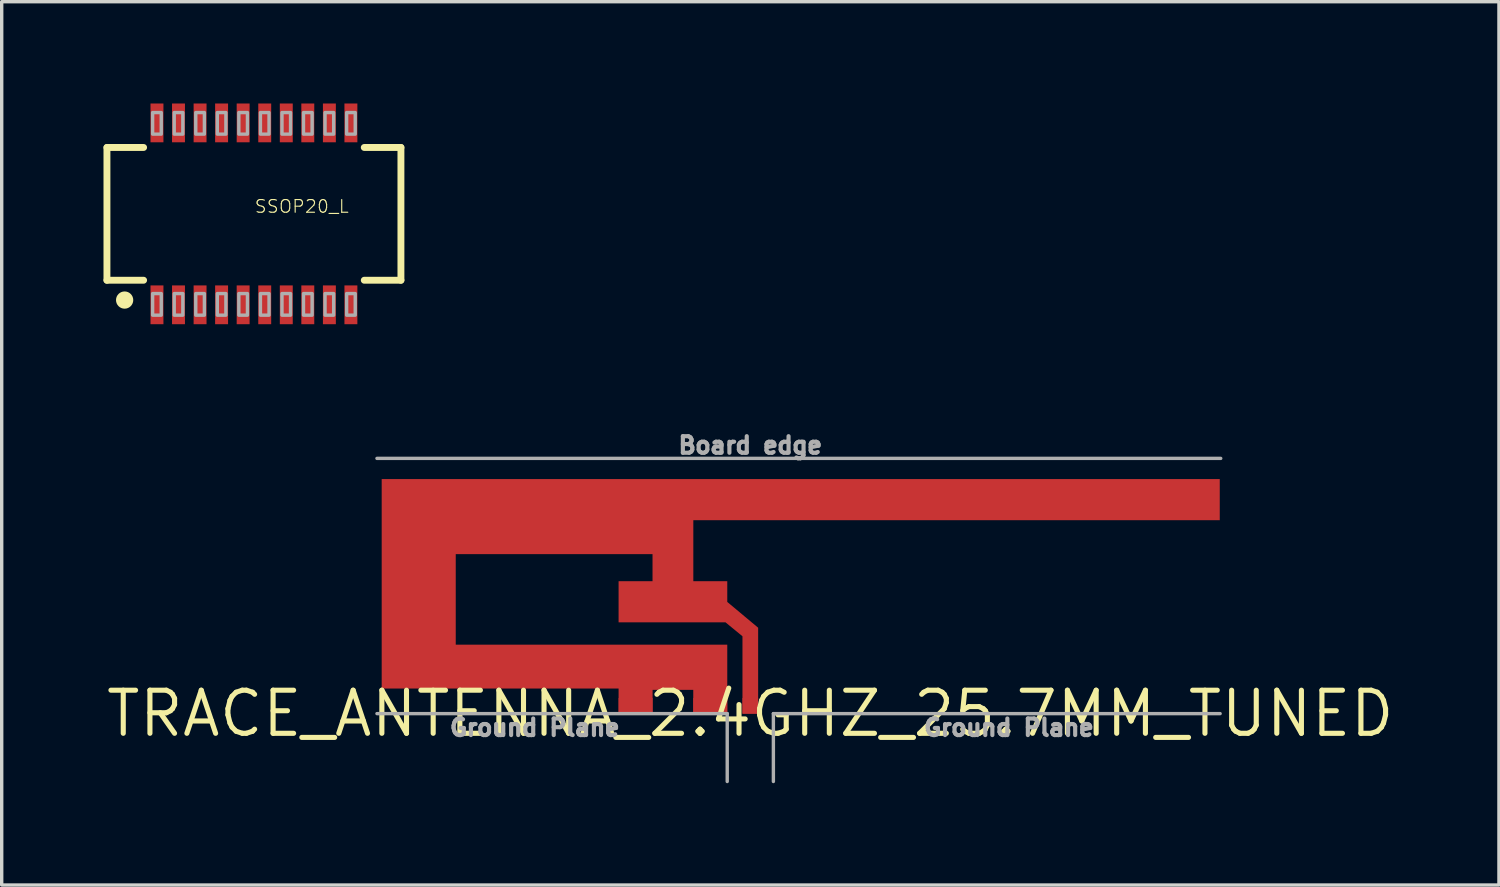
<source format=kicad_pcb>
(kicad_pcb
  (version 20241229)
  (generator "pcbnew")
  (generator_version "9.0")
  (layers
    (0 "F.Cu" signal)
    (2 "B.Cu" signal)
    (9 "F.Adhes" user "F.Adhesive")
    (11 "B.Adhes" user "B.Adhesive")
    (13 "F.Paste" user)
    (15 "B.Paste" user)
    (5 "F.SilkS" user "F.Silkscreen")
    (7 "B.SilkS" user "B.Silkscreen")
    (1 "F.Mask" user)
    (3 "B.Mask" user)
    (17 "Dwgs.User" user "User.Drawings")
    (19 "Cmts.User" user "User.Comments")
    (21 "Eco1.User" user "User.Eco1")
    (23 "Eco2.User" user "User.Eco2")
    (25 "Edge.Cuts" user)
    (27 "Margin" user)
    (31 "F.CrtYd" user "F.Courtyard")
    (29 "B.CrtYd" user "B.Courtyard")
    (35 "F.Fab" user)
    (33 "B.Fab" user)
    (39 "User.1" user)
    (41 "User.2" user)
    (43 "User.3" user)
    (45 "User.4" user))
  (footprint "TRACE_ANTENNA_2.4GHZ_25.7MM_TUNED"
    (layer "F.Cu")
    (at 19.057 17.976)
    (property "Reference" "TRACE_ANTENNA_2.4GHZ_25.7MM_TUNED" (at 0 0 0) (layer "F.SilkS") (effects (font (size 1.27 1.27) (thickness 0.15))))
    (fp_poly (pts (xy 13.832 -5.699) (xy -1.679 -5.699) (xy -1.679 -3.901) (xy -0.679 -3.901) (xy -0.679 -3.291) (xy 0.231 -2.531) (xy 0.231 0.001) (xy -0.231 0.001) (xy -0.231 -2.279) (xy -0.73 -2.689) (xy -3.881 -2.689) (xy -3.881 -3.901) (xy -2.881 -3.901) (xy -2.881 -4.699) (xy -8.679 -4.699) (xy -8.679 -2.031) (xy -0.679 -2.031) (xy -0.679 0.001) (xy -1.681 0.001) (xy -1.681 -0.699) (xy -2.879 -0.699) (xy -2.879 0.001) (xy -3.881 0.001) (xy -3.881 -0.739) (xy -10.861 -0.739) (xy -10.861 -6.911) (xy 13.832 -6.911)) (stroke (width 0) (type solid)) (fill yes) (layer "F.Cu"))
    (fp_line (start -11 -7.52) (end 13.861 -7.52) (stroke (width 0.1) (type solid)) (layer "F.Fab"))
    (fp_line (start -0.68 0) (end -11 0) (stroke (width 0.1) (type solid)) (layer "F.Fab"))
    (fp_line (start -0.68 2) (end -0.68 0) (stroke (width 0.1) (type solid)) (layer "F.Fab"))
    (fp_line (start 0.68 0) (end 0.68 2) (stroke (width 0.1) (type solid)) (layer "F.Fab"))
    (fp_line (start 0.68 0) (end 13.843 0) (stroke (width 0.1) (type solid)) (layer "F.Fab"))
    (fp_text user "Ground Plane" (at 7.62 0.127 0) (layer "F.Fab") (effects (font (size 0.488 0.488) (thickness 0.122)) (justify top)))
    (fp_text user "Board edge" (at 0 -7.62 0) (layer "F.Fab") (effects (font (size 0.488 0.488) (thickness 0.122)) (justify bottom)))
    (fp_text user "Ground Plane" (at -6.35 0.127 0) (layer "F.Fab") (effects (font (size 0.488 0.488) (thickness 0.122)) (justify top)))
    (pad "ANT" smd rect (at 0 -0.23) (size 0.46 0.46) (layers "F.Cu"))
    (pad "GND" smd rect (at -1.18 -0.23) (size 1 0.46) (layers "F.Cu"))
    (pad "GND2" smd rect (at -3.38 -0.23) (size 1 0.46) (layers "F.Cu")))
  (footprint "SSOP20_L"
    (layer "F.Cu")
    (at 4.432 3.251)
    (property "Reference" "SSOP20_L" (at 0 0 0) (layer "F.SilkS") (effects (font (size 0.374 0.374) (thickness 0.033)) (justify left bottom)))
    (fp_line (start -4.331 -1.956) (end -4.331 1.956) (stroke (width 0.203) (type solid)) (layer "F.SilkS"))
    (fp_line (start -4.331 -1.956) (end -3.251 -1.956) (stroke (width 0.203) (type solid)) (layer "F.SilkS"))
    (fp_line (start -4.331 1.956) (end -3.251 1.956) (stroke (width 0.203) (type solid)) (layer "F.SilkS"))
    (fp_line (start 3.251 -1.956) (end 4.331 -1.956) (stroke (width 0.203) (type solid)) (layer "F.SilkS"))
    (fp_line (start 3.251 1.956) (end 4.331 1.956) (stroke (width 0.203) (type solid)) (layer "F.SilkS"))
    (fp_line (start 4.331 1.956) (end 4.331 -1.956) (stroke (width 0.203) (type solid)) (layer "F.SilkS"))
    (fp_circle (center -3.81 2.54) (end -3.683 2.54) (stroke (width 0.254) (type solid)) (fill yes) (layer "F.SilkS"))
    (fp_poly (pts (xy -2.985 2.985) (xy -2.731 2.985) (xy -2.731 2.349) (xy -2.985 2.349)) (stroke (width 0.1) (type solid)) (fill no) (layer "F.Fab"))
    (fp_poly (pts (xy -2.731 -2.985) (xy -2.985 -2.985) (xy -2.985 -2.349) (xy -2.731 -2.349)) (stroke (width 0.1) (type solid)) (fill no) (layer "F.Fab"))
    (fp_poly (pts (xy -2.349 2.985) (xy -2.095 2.985) (xy -2.095 2.349) (xy -2.349 2.349)) (stroke (width 0.1) (type solid)) (fill no) (layer "F.Fab"))
    (fp_poly (pts (xy -2.095 -2.985) (xy -2.349 -2.985) (xy -2.349 -2.349) (xy -2.095 -2.349)) (stroke (width 0.1) (type solid)) (fill no) (layer "F.Fab"))
    (fp_poly (pts (xy -1.714 2.985) (xy -1.46 2.985) (xy -1.46 2.349) (xy -1.714 2.349)) (stroke (width 0.1) (type solid)) (fill no) (layer "F.Fab"))
    (fp_poly (pts (xy -1.46 -2.985) (xy -1.714 -2.985) (xy -1.714 -2.349) (xy -1.46 -2.349)) (stroke (width 0.1) (type solid)) (fill no) (layer "F.Fab"))
    (fp_poly (pts (xy -1.079 2.985) (xy -0.826 2.985) (xy -0.826 2.349) (xy -1.079 2.349)) (stroke (width 0.1) (type solid)) (fill no) (layer "F.Fab"))
    (fp_poly (pts (xy -0.826 -2.985) (xy -1.079 -2.985) (xy -1.079 -2.349) (xy -0.826 -2.349)) (stroke (width 0.1) (type solid)) (fill no) (layer "F.Fab"))
    (fp_poly (pts (xy -0.445 2.985) (xy -0.191 2.985) (xy -0.191 2.349) (xy -0.445 2.349)) (stroke (width 0.1) (type solid)) (fill no) (layer "F.Fab"))
    (fp_poly (pts (xy -0.191 -2.985) (xy -0.445 -2.985) (xy -0.445 -2.349) (xy -0.191 -2.349)) (stroke (width 0.1) (type solid)) (fill no) (layer "F.Fab"))
    (fp_poly (pts (xy 0.191 2.985) (xy 0.445 2.985) (xy 0.445 2.349) (xy 0.191 2.349)) (stroke (width 0.1) (type solid)) (fill no) (layer "F.Fab"))
    (fp_poly (pts (xy 0.445 -2.985) (xy 0.191 -2.985) (xy 0.191 -2.349) (xy 0.445 -2.349)) (stroke (width 0.1) (type solid)) (fill no) (layer "F.Fab"))
    (fp_poly (pts (xy 0.826 2.985) (xy 1.079 2.985) (xy 1.079 2.349) (xy 0.826 2.349)) (stroke (width 0.1) (type solid)) (fill no) (layer "F.Fab"))
    (fp_poly (pts (xy 1.079 -2.985) (xy 0.826 -2.985) (xy 0.826 -2.349) (xy 1.079 -2.349)) (stroke (width 0.1) (type solid)) (fill no) (layer "F.Fab"))
    (fp_poly (pts (xy 1.46 2.985) (xy 1.714 2.985) (xy 1.714 2.349) (xy 1.46 2.349)) (stroke (width 0.1) (type solid)) (fill no) (layer "F.Fab"))
    (fp_poly (pts (xy 1.714 -2.985) (xy 1.46 -2.985) (xy 1.46 -2.349) (xy 1.714 -2.349)) (stroke (width 0.1) (type solid)) (fill no) (layer "F.Fab"))
    (fp_poly (pts (xy 2.095 2.985) (xy 2.349 2.985) (xy 2.349 2.349) (xy 2.095 2.349)) (stroke (width 0.1) (type solid)) (fill no) (layer "F.Fab"))
    (fp_poly (pts (xy 2.349 -2.985) (xy 2.095 -2.985) (xy 2.095 -2.349) (xy 2.349 -2.349)) (stroke (width 0.1) (type solid)) (fill no) (layer "F.Fab"))
    (fp_poly (pts (xy 2.731 2.985) (xy 2.985 2.985) (xy 2.985 2.349) (xy 2.731 2.349)) (stroke (width 0.1) (type solid)) (fill no) (layer "F.Fab"))
    (fp_poly (pts (xy 2.985 -2.985) (xy 2.731 -2.985) (xy 2.731 -2.349) (xy 2.985 -2.349)) (stroke (width 0.1) (type solid)) (fill no) (layer "F.Fab"))
    (pad "1" smd rect (at -2.857 2.68 180) (size 0.381 1.143) (layers "F.Cu" "F.Mask" "F.Paste"))
    (pad "2" smd rect (at -2.223 2.68 180) (size 0.381 1.143) (layers "F.Cu" "F.Mask" "F.Paste"))
    (pad "3" smd rect (at -1.587 2.68 180) (size 0.381 1.143) (layers "F.Cu" "F.Mask" "F.Paste"))
    (pad "4" smd rect (at -0.953 2.68 180) (size 0.381 1.143) (layers "F.Cu" "F.Mask" "F.Paste"))
    (pad "5" smd rect (at -0.318 2.68 180) (size 0.381 1.143) (layers "F.Cu" "F.Mask" "F.Paste"))
    (pad "6" smd rect (at 0.318 2.68 180) (size 0.381 1.143) (layers "F.Cu" "F.Mask" "F.Paste"))
    (pad "7" smd rect (at 0.953 2.68 180) (size 0.381 1.143) (layers "F.Cu" "F.Mask" "F.Paste"))
    (pad "8" smd rect (at 1.587 2.68 180) (size 0.381 1.143) (layers "F.Cu" "F.Mask" "F.Paste"))
    (pad "9" smd rect (at 2.223 2.68 180) (size 0.381 1.143) (layers "F.Cu" "F.Mask" "F.Paste"))
    (pad "10" smd rect (at 2.857 2.68 180) (size 0.381 1.143) (layers "F.Cu" "F.Mask" "F.Paste"))
    (pad "11" smd rect (at 2.857 -2.68) (size 0.381 1.143) (layers "F.Cu" "F.Mask" "F.Paste"))
    (pad "12" smd rect (at 2.223 -2.68) (size 0.381 1.143) (layers "F.Cu" "F.Mask" "F.Paste"))
    (pad "13" smd rect (at 1.587 -2.68) (size 0.381 1.143) (layers "F.Cu" "F.Mask" "F.Paste"))
    (pad "14" smd rect (at 0.953 -2.68) (size 0.381 1.143) (layers "F.Cu" "F.Mask" "F.Paste"))
    (pad "15" smd rect (at 0.318 -2.68) (size 0.381 1.143) (layers "F.Cu" "F.Mask" "F.Paste"))
    (pad "16" smd rect (at -0.318 -2.68) (size 0.381 1.143) (layers "F.Cu" "F.Mask" "F.Paste"))
    (pad "17" smd rect (at -0.953 -2.68) (size 0.381 1.143) (layers "F.Cu" "F.Mask" "F.Paste"))
    (pad "18" smd rect (at -1.587 -2.68) (size 0.381 1.143) (layers "F.Cu" "F.Mask" "F.Paste"))
    (pad "19" smd rect (at -2.223 -2.68) (size 0.381 1.143) (layers "F.Cu" "F.Mask" "F.Paste"))
    (pad "20" smd rect (at -2.857 -2.68) (size 0.381 1.143) (layers "F.Cu" "F.Mask" "F.Paste")))
  (gr_rect
    (start -3 -3)
    (end 41.115 23.026)
    (stroke (width 0.1) (type default))
    (fill no)
    (layer "Edge.Cuts")))
</source>
